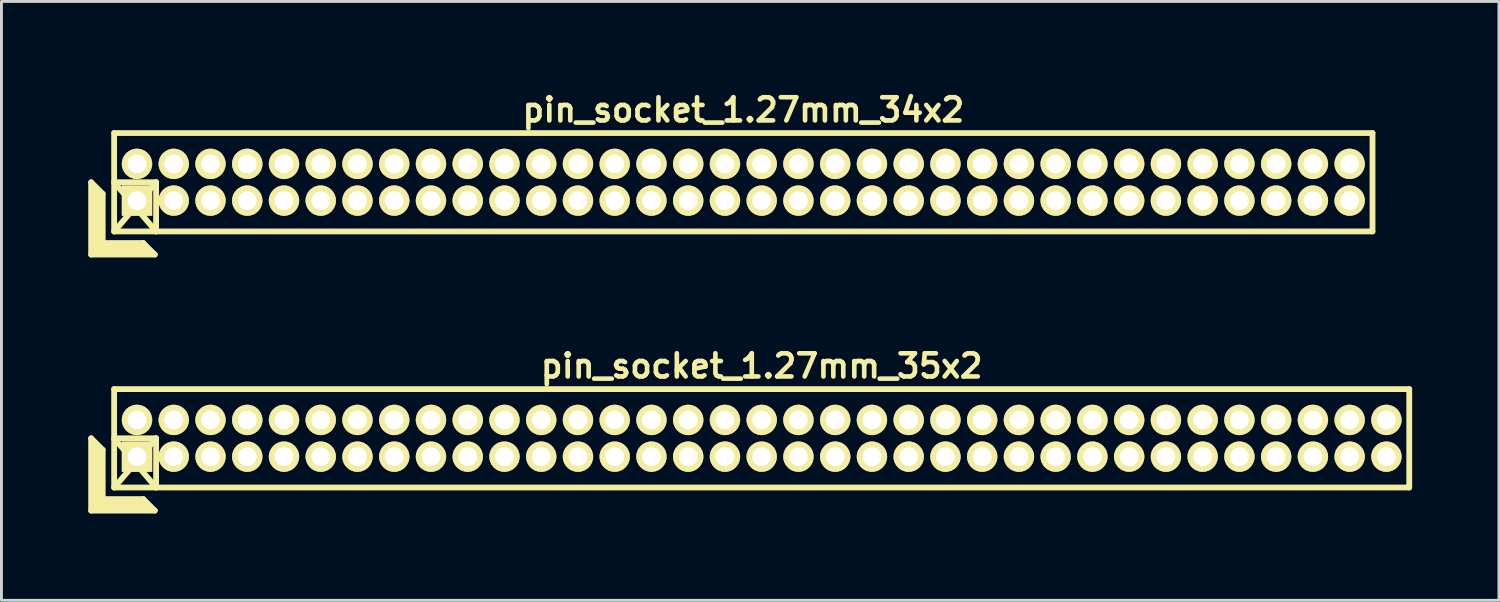
<source format=kicad_pcb>
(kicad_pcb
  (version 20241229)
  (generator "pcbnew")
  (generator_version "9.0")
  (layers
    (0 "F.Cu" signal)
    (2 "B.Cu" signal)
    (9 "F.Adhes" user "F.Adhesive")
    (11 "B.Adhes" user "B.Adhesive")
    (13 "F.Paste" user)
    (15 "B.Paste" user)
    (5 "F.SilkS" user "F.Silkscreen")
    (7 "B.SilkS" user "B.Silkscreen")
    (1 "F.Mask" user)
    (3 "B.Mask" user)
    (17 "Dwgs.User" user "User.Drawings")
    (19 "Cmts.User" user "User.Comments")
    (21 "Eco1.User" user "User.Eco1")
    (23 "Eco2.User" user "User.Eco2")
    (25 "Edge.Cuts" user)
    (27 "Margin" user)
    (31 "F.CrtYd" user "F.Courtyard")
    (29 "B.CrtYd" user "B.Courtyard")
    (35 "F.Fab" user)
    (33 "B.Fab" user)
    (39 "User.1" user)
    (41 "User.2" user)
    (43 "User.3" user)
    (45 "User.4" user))
  (footprint "pin_socket_1.27mm_35x2"
    (layer "F.Cu")
    (at 23.275 12.098)
    (property "Reference" "pin_socket_1.27mm_35x2" (at 0 -2.5 0) (layer "F.SilkS") (effects (font (size 0.8 0.8) (thickness 0.16))))
    (attr through_hole)
    (fp_line (start -23.175 0) (end -23.175 2.5) (stroke (width 0.2) (type solid)) (layer "F.SilkS"))
    (fp_line (start -23.175 0) (end -22.775 0.4) (stroke (width 0.2) (type solid)) (layer "F.SilkS"))
    (fp_line (start -23.175 2.5) (end -20.975 2.5) (stroke (width 0.2) (type solid)) (layer "F.SilkS"))
    (fp_line (start -23.075 2.4) (end -23.075 0.2) (stroke (width 0.2) (type solid)) (layer "F.SilkS"))
    (fp_line (start -23.075 2.4) (end -21.175 2.4) (stroke (width 0.2) (type solid)) (layer "F.SilkS"))
    (fp_line (start -22.975 2.3) (end -22.975 0.3) (stroke (width 0.2) (type solid)) (layer "F.SilkS"))
    (fp_line (start -22.975 2.3) (end -21.275 2.3) (stroke (width 0.2) (type solid)) (layer "F.SilkS"))
    (fp_line (start -22.875 2.2) (end -22.875 0.4) (stroke (width 0.2) (type solid)) (layer "F.SilkS"))
    (fp_line (start -22.875 2.2) (end -21.375 2.2) (stroke (width 0.2) (type solid)) (layer "F.SilkS"))
    (fp_line (start -22.775 2.1) (end -22.775 0.4) (stroke (width 0.2) (type solid)) (layer "F.SilkS"))
    (fp_line (start -22.775 2.1) (end -21.375 2.1) (stroke (width 0.2) (type solid)) (layer "F.SilkS"))
    (fp_line (start -22.38 -1.7) (end 22.38 -1.7) (stroke (width 0.2) (type solid)) (layer "F.SilkS"))
    (fp_line (start -22.38 0) (end -20.93 0) (stroke (width 0.2) (type solid)) (layer "F.SilkS"))
    (fp_line (start -22.38 0) (end -20.93 1.7) (stroke (width 0.2) (type solid)) (layer "F.SilkS"))
    (fp_line (start -22.38 1.7) (end -22.38 -1.7) (stroke (width 0.2) (type solid)) (layer "F.SilkS"))
    (fp_line (start -21.375 2.1) (end -20.975 2.5) (stroke (width 0.2) (type solid)) (layer "F.SilkS"))
    (fp_line (start -20.93 0) (end -22.375 1.7) (stroke (width 0.2) (type solid)) (layer "F.SilkS"))
    (fp_line (start -20.93 0) (end -20.93 1.7) (stroke (width 0.2) (type solid)) (layer "F.SilkS"))
    (fp_line (start 22.38 -1.7) (end 22.38 1.7) (stroke (width 0.2) (type solid)) (layer "F.SilkS"))
    (fp_line (start 22.38 1.7) (end -22.38 1.7) (stroke (width 0.2) (type solid)) (layer "F.SilkS"))
    (pad "1" thru_hole rect (at -21.59 0.635) (size 1.05 1.05) (drill 0.65) (layers "*.Cu" "*.Mask" "F.SilkS"))
    (pad "2" thru_hole oval (at -21.59 -0.635) (size 1.05 1.05) (drill 0.65) (layers "*.Cu" "*.Mask" "F.SilkS"))
    (pad "3" thru_hole oval (at -20.32 0.635) (size 1.05 1.05) (drill 0.65) (layers "*.Cu" "*.Mask" "F.SilkS"))
    (pad "4" thru_hole oval (at -20.32 -0.635) (size 1.05 1.05) (drill 0.65) (layers "*.Cu" "*.Mask" "F.SilkS"))
    (pad "5" thru_hole oval (at -19.05 0.635) (size 1.05 1.05) (drill 0.65) (layers "*.Cu" "*.Mask" "F.SilkS"))
    (pad "6" thru_hole oval (at -19.05 -0.635) (size 1.05 1.05) (drill 0.65) (layers "*.Cu" "*.Mask" "F.SilkS"))
    (pad "7" thru_hole oval (at -17.78 0.635) (size 1.05 1.05) (drill 0.65) (layers "*.Cu" "*.Mask" "F.SilkS"))
    (pad "8" thru_hole oval (at -17.78 -0.635) (size 1.05 1.05) (drill 0.65) (layers "*.Cu" "*.Mask" "F.SilkS"))
    (pad "9" thru_hole oval (at -16.51 0.635) (size 1.05 1.05) (drill 0.65) (layers "*.Cu" "*.Mask" "F.SilkS"))
    (pad "10" thru_hole oval (at -16.51 -0.635) (size 1.05 1.05) (drill 0.65) (layers "*.Cu" "*.Mask" "F.SilkS"))
    (pad "11" thru_hole oval (at -15.24 0.635) (size 1.05 1.05) (drill 0.65) (layers "*.Cu" "*.Mask" "F.SilkS"))
    (pad "12" thru_hole oval (at -15.24 -0.635) (size 1.05 1.05) (drill 0.65) (layers "*.Cu" "*.Mask" "F.SilkS"))
    (pad "13" thru_hole oval (at -13.97 0.635) (size 1.05 1.05) (drill 0.65) (layers "*.Cu" "*.Mask" "F.SilkS"))
    (pad "14" thru_hole oval (at -13.97 -0.635) (size 1.05 1.05) (drill 0.65) (layers "*.Cu" "*.Mask" "F.SilkS"))
    (pad "15" thru_hole oval (at -12.7 0.635) (size 1.05 1.05) (drill 0.65) (layers "*.Cu" "*.Mask" "F.SilkS"))
    (pad "16" thru_hole oval (at -12.7 -0.635) (size 1.05 1.05) (drill 0.65) (layers "*.Cu" "*.Mask" "F.SilkS"))
    (pad "17" thru_hole oval (at -11.43 0.635) (size 1.05 1.05) (drill 0.65) (layers "*.Cu" "*.Mask" "F.SilkS"))
    (pad "18" thru_hole oval (at -11.43 -0.635) (size 1.05 1.05) (drill 0.65) (layers "*.Cu" "*.Mask" "F.SilkS"))
    (pad "19" thru_hole oval (at -10.16 0.635) (size 1.05 1.05) (drill 0.65) (layers "*.Cu" "*.Mask" "F.SilkS"))
    (pad "20" thru_hole oval (at -10.16 -0.635) (size 1.05 1.05) (drill 0.65) (layers "*.Cu" "*.Mask" "F.SilkS"))
    (pad "21" thru_hole oval (at -8.89 0.635) (size 1.05 1.05) (drill 0.65) (layers "*.Cu" "*.Mask" "F.SilkS"))
    (pad "22" thru_hole oval (at -8.89 -0.635) (size 1.05 1.05) (drill 0.65) (layers "*.Cu" "*.Mask" "F.SilkS"))
    (pad "23" thru_hole oval (at -7.62 0.635) (size 1.05 1.05) (drill 0.65) (layers "*.Cu" "*.Mask" "F.SilkS"))
    (pad "24" thru_hole oval (at -7.62 -0.635) (size 1.05 1.05) (drill 0.65) (layers "*.Cu" "*.Mask" "F.SilkS"))
    (pad "25" thru_hole oval (at -6.35 0.635) (size 1.05 1.05) (drill 0.65) (layers "*.Cu" "*.Mask" "F.SilkS"))
    (pad "26" thru_hole oval (at -6.35 -0.635) (size 1.05 1.05) (drill 0.65) (layers "*.Cu" "*.Mask" "F.SilkS"))
    (pad "27" thru_hole oval (at -5.08 0.635) (size 1.05 1.05) (drill 0.65) (layers "*.Cu" "*.Mask" "F.SilkS"))
    (pad "28" thru_hole oval (at -5.08 -0.635) (size 1.05 1.05) (drill 0.65) (layers "*.Cu" "*.Mask" "F.SilkS"))
    (pad "29" thru_hole oval (at -3.81 0.635) (size 1.05 1.05) (drill 0.65) (layers "*.Cu" "*.Mask" "F.SilkS"))
    (pad "30" thru_hole oval (at -3.81 -0.635) (size 1.05 1.05) (drill 0.65) (layers "*.Cu" "*.Mask" "F.SilkS"))
    (pad "31" thru_hole oval (at -2.54 0.635) (size 1.05 1.05) (drill 0.65) (layers "*.Cu" "*.Mask" "F.SilkS"))
    (pad "32" thru_hole oval (at -2.54 -0.635) (size 1.05 1.05) (drill 0.65) (layers "*.Cu" "*.Mask" "F.SilkS"))
    (pad "33" thru_hole oval (at -1.27 0.635) (size 1.05 1.05) (drill 0.65) (layers "*.Cu" "*.Mask" "F.SilkS"))
    (pad "34" thru_hole oval (at -1.27 -0.635) (size 1.05 1.05) (drill 0.65) (layers "*.Cu" "*.Mask" "F.SilkS"))
    (pad "35" thru_hole oval (at 0 0.635) (size 1.05 1.05) (drill 0.65) (layers "*.Cu" "*.Mask" "F.SilkS"))
    (pad "36" thru_hole oval (at 0 -0.635) (size 1.05 1.05) (drill 0.65) (layers "*.Cu" "*.Mask" "F.SilkS"))
    (pad "37" thru_hole oval (at 1.27 0.635) (size 1.05 1.05) (drill 0.65) (layers "*.Cu" "*.Mask" "F.SilkS"))
    (pad "38" thru_hole oval (at 1.27 -0.635) (size 1.05 1.05) (drill 0.65) (layers "*.Cu" "*.Mask" "F.SilkS"))
    (pad "39" thru_hole oval (at 2.54 0.635) (size 1.05 1.05) (drill 0.65) (layers "*.Cu" "*.Mask" "F.SilkS"))
    (pad "40" thru_hole oval (at 2.54 -0.635) (size 1.05 1.05) (drill 0.65) (layers "*.Cu" "*.Mask" "F.SilkS"))
    (pad "41" thru_hole oval (at 3.81 0.635) (size 1.05 1.05) (drill 0.65) (layers "*.Cu" "*.Mask" "F.SilkS"))
    (pad "42" thru_hole oval (at 3.81 -0.635) (size 1.05 1.05) (drill 0.65) (layers "*.Cu" "*.Mask" "F.SilkS"))
    (pad "43" thru_hole oval (at 5.08 0.635) (size 1.05 1.05) (drill 0.65) (layers "*.Cu" "*.Mask" "F.SilkS"))
    (pad "44" thru_hole oval (at 5.08 -0.635) (size 1.05 1.05) (drill 0.65) (layers "*.Cu" "*.Mask" "F.SilkS"))
    (pad "45" thru_hole oval (at 6.35 0.635) (size 1.05 1.05) (drill 0.65) (layers "*.Cu" "*.Mask" "F.SilkS"))
    (pad "46" thru_hole oval (at 6.35 -0.635) (size 1.05 1.05) (drill 0.65) (layers "*.Cu" "*.Mask" "F.SilkS"))
    (pad "47" thru_hole oval (at 7.62 0.635) (size 1.05 1.05) (drill 0.65) (layers "*.Cu" "*.Mask" "F.SilkS"))
    (pad "48" thru_hole oval (at 7.62 -0.635) (size 1.05 1.05) (drill 0.65) (layers "*.Cu" "*.Mask" "F.SilkS"))
    (pad "49" thru_hole oval (at 8.89 0.635) (size 1.05 1.05) (drill 0.65) (layers "*.Cu" "*.Mask" "F.SilkS"))
    (pad "50" thru_hole oval (at 8.89 -0.635) (size 1.05 1.05) (drill 0.65) (layers "*.Cu" "*.Mask" "F.SilkS"))
    (pad "51" thru_hole circle (at 10.16 0.635) (size 1.05 1.05) (drill 0.65) (layers "*.Cu" "*.Mask" "F.SilkS"))
    (pad "52" thru_hole oval (at 10.16 -0.635) (size 1.05 1.05) (drill 0.65) (layers "*.Cu" "*.Mask" "F.SilkS"))
    (pad "53" thru_hole oval (at 11.43 0.635) (size 1.05 1.05) (drill 0.65) (layers "*.Cu" "*.Mask" "F.SilkS"))
    (pad "54" thru_hole oval (at 11.43 -0.635) (size 1.05 1.05) (drill 0.65) (layers "*.Cu" "*.Mask" "F.SilkS"))
    (pad "55" thru_hole oval (at 12.7 0.635) (size 1.05 1.05) (drill 0.65) (layers "*.Cu" "*.Mask" "F.SilkS"))
    (pad "56" thru_hole oval (at 12.7 -0.635) (size 1.05 1.05) (drill 0.65) (layers "*.Cu" "*.Mask" "F.SilkS"))
    (pad "57" thru_hole oval (at 13.97 0.635) (size 1.05 1.05) (drill 0.65) (layers "*.Cu" "*.Mask" "F.SilkS"))
    (pad "58" thru_hole oval (at 13.97 -0.635) (size 1.05 1.05) (drill 0.65) (layers "*.Cu" "*.Mask" "F.SilkS"))
    (pad "59" thru_hole oval (at 15.24 0.635) (size 1.05 1.05) (drill 0.65) (layers "*.Cu" "*.Mask" "F.SilkS"))
    (pad "60" thru_hole oval (at 15.24 -0.635) (size 1.05 1.05) (drill 0.65) (layers "*.Cu" "*.Mask" "F.SilkS"))
    (pad "61" thru_hole oval (at 16.51 0.635) (size 1.05 1.05) (drill 0.65) (layers "*.Cu" "*.Mask" "F.SilkS"))
    (pad "62" thru_hole oval (at 16.51 -0.635) (size 1.05 1.05) (drill 0.65) (layers "*.Cu" "*.Mask" "F.SilkS"))
    (pad "63" thru_hole oval (at 17.78 0.635) (size 1.05 1.05) (drill 0.65) (layers "*.Cu" "*.Mask" "F.SilkS"))
    (pad "64" thru_hole oval (at 17.78 -0.635) (size 1.05 1.05) (drill 0.65) (layers "*.Cu" "*.Mask" "F.SilkS"))
    (pad "65" thru_hole oval (at 19.05 0.635) (size 1.05 1.05) (drill 0.65) (layers "*.Cu" "*.Mask" "F.SilkS"))
    (pad "66" thru_hole oval (at 19.05 -0.635) (size 1.05 1.05) (drill 0.65) (layers "*.Cu" "*.Mask" "F.SilkS"))
    (pad "67" thru_hole oval (at 20.32 0.635) (size 1.05 1.05) (drill 0.65) (layers "*.Cu" "*.Mask" "F.SilkS"))
    (pad "68" thru_hole oval (at 20.32 -0.635) (size 1.05 1.05) (drill 0.65) (layers "*.Cu" "*.Mask" "F.SilkS"))
    (pad "69" thru_hole oval (at 21.59 0.635) (size 1.05 1.05) (drill 0.65) (layers "*.Cu" "*.Mask" "F.SilkS"))
    (pad "70" thru_hole oval (at 21.59 -0.635) (size 1.05 1.05) (drill 0.65) (layers "*.Cu" "*.Mask" "F.SilkS")))
  (footprint "pin_socket_1.27mm_34x2"
    (layer "F.Cu")
    (at 22.64 3.249)
    (property "Reference" "pin_socket_1.27mm_34x2" (at 0 -2.5 0) (layer "F.SilkS") (effects (font (size 0.8 0.8) (thickness 0.16))))
    (attr through_hole)
    (fp_line (start -22.54 0) (end -22.54 2.5) (stroke (width 0.2) (type solid)) (layer "F.SilkS"))
    (fp_line (start -22.54 0) (end -22.14 0.4) (stroke (width 0.2) (type solid)) (layer "F.SilkS"))
    (fp_line (start -22.54 2.5) (end -20.34 2.5) (stroke (width 0.2) (type solid)) (layer "F.SilkS"))
    (fp_line (start -22.44 2.4) (end -22.44 0.2) (stroke (width 0.2) (type solid)) (layer "F.SilkS"))
    (fp_line (start -22.44 2.4) (end -20.54 2.4) (stroke (width 0.2) (type solid)) (layer "F.SilkS"))
    (fp_line (start -22.34 2.3) (end -22.34 0.3) (stroke (width 0.2) (type solid)) (layer "F.SilkS"))
    (fp_line (start -22.34 2.3) (end -20.64 2.3) (stroke (width 0.2) (type solid)) (layer "F.SilkS"))
    (fp_line (start -22.24 2.2) (end -22.24 0.4) (stroke (width 0.2) (type solid)) (layer "F.SilkS"))
    (fp_line (start -22.24 2.2) (end -20.74 2.2) (stroke (width 0.2) (type solid)) (layer "F.SilkS"))
    (fp_line (start -22.14 2.1) (end -22.14 0.4) (stroke (width 0.2) (type solid)) (layer "F.SilkS"))
    (fp_line (start -22.14 2.1) (end -20.74 2.1) (stroke (width 0.2) (type solid)) (layer "F.SilkS"))
    (fp_line (start -21.745 -1.7) (end 21.745 -1.7) (stroke (width 0.2) (type solid)) (layer "F.SilkS"))
    (fp_line (start -21.745 0) (end -20.295 0) (stroke (width 0.2) (type solid)) (layer "F.SilkS"))
    (fp_line (start -21.745 0) (end -20.295 1.7) (stroke (width 0.2) (type solid)) (layer "F.SilkS"))
    (fp_line (start -21.745 1.7) (end -21.745 -1.7) (stroke (width 0.2) (type solid)) (layer "F.SilkS"))
    (fp_line (start -20.74 2.1) (end -20.34 2.5) (stroke (width 0.2) (type solid)) (layer "F.SilkS"))
    (fp_line (start -20.295 0) (end -21.74 1.7) (stroke (width 0.2) (type solid)) (layer "F.SilkS"))
    (fp_line (start -20.295 0) (end -20.295 1.7) (stroke (width 0.2) (type solid)) (layer "F.SilkS"))
    (fp_line (start 21.745 -1.7) (end 21.745 1.7) (stroke (width 0.2) (type solid)) (layer "F.SilkS"))
    (fp_line (start 21.745 1.7) (end -21.745 1.7) (stroke (width 0.2) (type solid)) (layer "F.SilkS"))
    (pad "1" thru_hole rect (at -20.955 0.635) (size 1.05 1.05) (drill 0.65) (layers "*.Cu" "*.Mask" "F.SilkS"))
    (pad "2" thru_hole oval (at -20.955 -0.635) (size 1.05 1.05) (drill 0.65) (layers "*.Cu" "*.Mask" "F.SilkS"))
    (pad "3" thru_hole oval (at -19.685 0.635) (size 1.05 1.05) (drill 0.65) (layers "*.Cu" "*.Mask" "F.SilkS"))
    (pad "4" thru_hole oval (at -19.685 -0.635) (size 1.05 1.05) (drill 0.65) (layers "*.Cu" "*.Mask" "F.SilkS"))
    (pad "5" thru_hole oval (at -18.415 0.635) (size 1.05 1.05) (drill 0.65) (layers "*.Cu" "*.Mask" "F.SilkS"))
    (pad "6" thru_hole oval (at -18.415 -0.635) (size 1.05 1.05) (drill 0.65) (layers "*.Cu" "*.Mask" "F.SilkS"))
    (pad "7" thru_hole oval (at -17.145 0.635) (size 1.05 1.05) (drill 0.65) (layers "*.Cu" "*.Mask" "F.SilkS"))
    (pad "8" thru_hole oval (at -17.145 -0.635) (size 1.05 1.05) (drill 0.65) (layers "*.Cu" "*.Mask" "F.SilkS"))
    (pad "9" thru_hole oval (at -15.875 0.635) (size 1.05 1.05) (drill 0.65) (layers "*.Cu" "*.Mask" "F.SilkS"))
    (pad "10" thru_hole oval (at -15.875 -0.635) (size 1.05 1.05) (drill 0.65) (layers "*.Cu" "*.Mask" "F.SilkS"))
    (pad "11" thru_hole oval (at -14.605 0.635) (size 1.05 1.05) (drill 0.65) (layers "*.Cu" "*.Mask" "F.SilkS"))
    (pad "12" thru_hole oval (at -14.605 -0.635) (size 1.05 1.05) (drill 0.65) (layers "*.Cu" "*.Mask" "F.SilkS"))
    (pad "13" thru_hole oval (at -13.335 0.635) (size 1.05 1.05) (drill 0.65) (layers "*.Cu" "*.Mask" "F.SilkS"))
    (pad "14" thru_hole oval (at -13.335 -0.635) (size 1.05 1.05) (drill 0.65) (layers "*.Cu" "*.Mask" "F.SilkS"))
    (pad "15" thru_hole oval (at -12.065 0.635) (size 1.05 1.05) (drill 0.65) (layers "*.Cu" "*.Mask" "F.SilkS"))
    (pad "16" thru_hole oval (at -12.065 -0.635) (size 1.05 1.05) (drill 0.65) (layers "*.Cu" "*.Mask" "F.SilkS"))
    (pad "17" thru_hole oval (at -10.795 0.635) (size 1.05 1.05) (drill 0.65) (layers "*.Cu" "*.Mask" "F.SilkS"))
    (pad "18" thru_hole oval (at -10.795 -0.635) (size 1.05 1.05) (drill 0.65) (layers "*.Cu" "*.Mask" "F.SilkS"))
    (pad "19" thru_hole oval (at -9.525 0.635) (size 1.05 1.05) (drill 0.65) (layers "*.Cu" "*.Mask" "F.SilkS"))
    (pad "20" thru_hole oval (at -9.525 -0.635) (size 1.05 1.05) (drill 0.65) (layers "*.Cu" "*.Mask" "F.SilkS"))
    (pad "21" thru_hole oval (at -8.255 0.635) (size 1.05 1.05) (drill 0.65) (layers "*.Cu" "*.Mask" "F.SilkS"))
    (pad "22" thru_hole oval (at -8.255 -0.635) (size 1.05 1.05) (drill 0.65) (layers "*.Cu" "*.Mask" "F.SilkS"))
    (pad "23" thru_hole oval (at -6.985 0.635) (size 1.05 1.05) (drill 0.65) (layers "*.Cu" "*.Mask" "F.SilkS"))
    (pad "24" thru_hole oval (at -6.985 -0.635) (size 1.05 1.05) (drill 0.65) (layers "*.Cu" "*.Mask" "F.SilkS"))
    (pad "25" thru_hole oval (at -5.715 0.635) (size 1.05 1.05) (drill 0.65) (layers "*.Cu" "*.Mask" "F.SilkS"))
    (pad "26" thru_hole oval (at -5.715 -0.635) (size 1.05 1.05) (drill 0.65) (layers "*.Cu" "*.Mask" "F.SilkS"))
    (pad "27" thru_hole oval (at -4.445 0.635) (size 1.05 1.05) (drill 0.65) (layers "*.Cu" "*.Mask" "F.SilkS"))
    (pad "28" thru_hole oval (at -4.445 -0.635) (size 1.05 1.05) (drill 0.65) (layers "*.Cu" "*.Mask" "F.SilkS"))
    (pad "29" thru_hole oval (at -3.175 0.635) (size 1.05 1.05) (drill 0.65) (layers "*.Cu" "*.Mask" "F.SilkS"))
    (pad "30" thru_hole oval (at -3.175 -0.635) (size 1.05 1.05) (drill 0.65) (layers "*.Cu" "*.Mask" "F.SilkS"))
    (pad "31" thru_hole oval (at -1.905 0.635) (size 1.05 1.05) (drill 0.65) (layers "*.Cu" "*.Mask" "F.SilkS"))
    (pad "32" thru_hole oval (at -1.905 -0.635) (size 1.05 1.05) (drill 0.65) (layers "*.Cu" "*.Mask" "F.SilkS"))
    (pad "33" thru_hole oval (at -0.635 0.635) (size 1.05 1.05) (drill 0.65) (layers "*.Cu" "*.Mask" "F.SilkS"))
    (pad "34" thru_hole oval (at -0.635 -0.635) (size 1.05 1.05) (drill 0.65) (layers "*.Cu" "*.Mask" "F.SilkS"))
    (pad "35" thru_hole oval (at 0.635 0.635) (size 1.05 1.05) (drill 0.65) (layers "*.Cu" "*.Mask" "F.SilkS"))
    (pad "36" thru_hole oval (at 0.635 -0.635) (size 1.05 1.05) (drill 0.65) (layers "*.Cu" "*.Mask" "F.SilkS"))
    (pad "37" thru_hole oval (at 1.905 0.635) (size 1.05 1.05) (drill 0.65) (layers "*.Cu" "*.Mask" "F.SilkS"))
    (pad "38" thru_hole oval (at 1.905 -0.635) (size 1.05 1.05) (drill 0.65) (layers "*.Cu" "*.Mask" "F.SilkS"))
    (pad "39" thru_hole oval (at 3.175 0.635) (size 1.05 1.05) (drill 0.65) (layers "*.Cu" "*.Mask" "F.SilkS"))
    (pad "40" thru_hole oval (at 3.175 -0.635) (size 1.05 1.05) (drill 0.65) (layers "*.Cu" "*.Mask" "F.SilkS"))
    (pad "41" thru_hole oval (at 4.445 0.635) (size 1.05 1.05) (drill 0.65) (layers "*.Cu" "*.Mask" "F.SilkS"))
    (pad "42" thru_hole oval (at 4.445 -0.635) (size 1.05 1.05) (drill 0.65) (layers "*.Cu" "*.Mask" "F.SilkS"))
    (pad "43" thru_hole oval (at 5.715 0.635) (size 1.05 1.05) (drill 0.65) (layers "*.Cu" "*.Mask" "F.SilkS"))
    (pad "44" thru_hole oval (at 5.715 -0.635) (size 1.05 1.05) (drill 0.65) (layers "*.Cu" "*.Mask" "F.SilkS"))
    (pad "45" thru_hole oval (at 6.985 0.635) (size 1.05 1.05) (drill 0.65) (layers "*.Cu" "*.Mask" "F.SilkS"))
    (pad "46" thru_hole oval (at 6.985 -0.635) (size 1.05 1.05) (drill 0.65) (layers "*.Cu" "*.Mask" "F.SilkS"))
    (pad "47" thru_hole oval (at 8.255 0.635) (size 1.05 1.05) (drill 0.65) (layers "*.Cu" "*.Mask" "F.SilkS"))
    (pad "48" thru_hole oval (at 8.255 -0.635) (size 1.05 1.05) (drill 0.65) (layers "*.Cu" "*.Mask" "F.SilkS"))
    (pad "49" thru_hole oval (at 9.525 0.635) (size 1.05 1.05) (drill 0.65) (layers "*.Cu" "*.Mask" "F.SilkS"))
    (pad "50" thru_hole oval (at 9.525 -0.635) (size 1.05 1.05) (drill 0.65) (layers "*.Cu" "*.Mask" "F.SilkS"))
    (pad "51" thru_hole circle (at 10.795 0.635) (size 1.05 1.05) (drill 0.65) (layers "*.Cu" "*.Mask" "F.SilkS"))
    (pad "52" thru_hole oval (at 10.795 -0.635) (size 1.05 1.05) (drill 0.65) (layers "*.Cu" "*.Mask" "F.SilkS"))
    (pad "53" thru_hole oval (at 12.065 0.635) (size 1.05 1.05) (drill 0.65) (layers "*.Cu" "*.Mask" "F.SilkS"))
    (pad "54" thru_hole oval (at 12.065 -0.635) (size 1.05 1.05) (drill 0.65) (layers "*.Cu" "*.Mask" "F.SilkS"))
    (pad "55" thru_hole oval (at 13.335 0.635) (size 1.05 1.05) (drill 0.65) (layers "*.Cu" "*.Mask" "F.SilkS"))
    (pad "56" thru_hole oval (at 13.335 -0.635) (size 1.05 1.05) (drill 0.65) (layers "*.Cu" "*.Mask" "F.SilkS"))
    (pad "57" thru_hole oval (at 14.605 0.635) (size 1.05 1.05) (drill 0.65) (layers "*.Cu" "*.Mask" "F.SilkS"))
    (pad "58" thru_hole oval (at 14.605 -0.635) (size 1.05 1.05) (drill 0.65) (layers "*.Cu" "*.Mask" "F.SilkS"))
    (pad "59" thru_hole oval (at 15.875 0.635) (size 1.05 1.05) (drill 0.65) (layers "*.Cu" "*.Mask" "F.SilkS"))
    (pad "60" thru_hole oval (at 15.875 -0.635) (size 1.05 1.05) (drill 0.65) (layers "*.Cu" "*.Mask" "F.SilkS"))
    (pad "61" thru_hole oval (at 17.145 0.635) (size 1.05 1.05) (drill 0.65) (layers "*.Cu" "*.Mask" "F.SilkS"))
    (pad "62" thru_hole oval (at 17.145 -0.635) (size 1.05 1.05) (drill 0.65) (layers "*.Cu" "*.Mask" "F.SilkS"))
    (pad "63" thru_hole oval (at 18.415 0.635) (size 1.05 1.05) (drill 0.65) (layers "*.Cu" "*.Mask" "F.SilkS"))
    (pad "64" thru_hole oval (at 18.415 -0.635) (size 1.05 1.05) (drill 0.65) (layers "*.Cu" "*.Mask" "F.SilkS"))
    (pad "65" thru_hole oval (at 19.685 0.635) (size 1.05 1.05) (drill 0.65) (layers "*.Cu" "*.Mask" "F.SilkS"))
    (pad "66" thru_hole oval (at 19.685 -0.635) (size 1.05 1.05) (drill 0.65) (layers "*.Cu" "*.Mask" "F.SilkS"))
    (pad "67" thru_hole oval (at 20.955 0.635) (size 1.05 1.05) (drill 0.65) (layers "*.Cu" "*.Mask" "F.SilkS"))
    (pad "68" thru_hole oval (at 20.955 -0.635) (size 1.05 1.05) (drill 0.65) (layers "*.Cu" "*.Mask" "F.SilkS")))
  (gr_rect
    (start -3 -3)
    (end 48.755 17.698)
    (stroke (width 0.1) (type default))
    (fill no)
    (layer "Edge.Cuts")))
</source>
